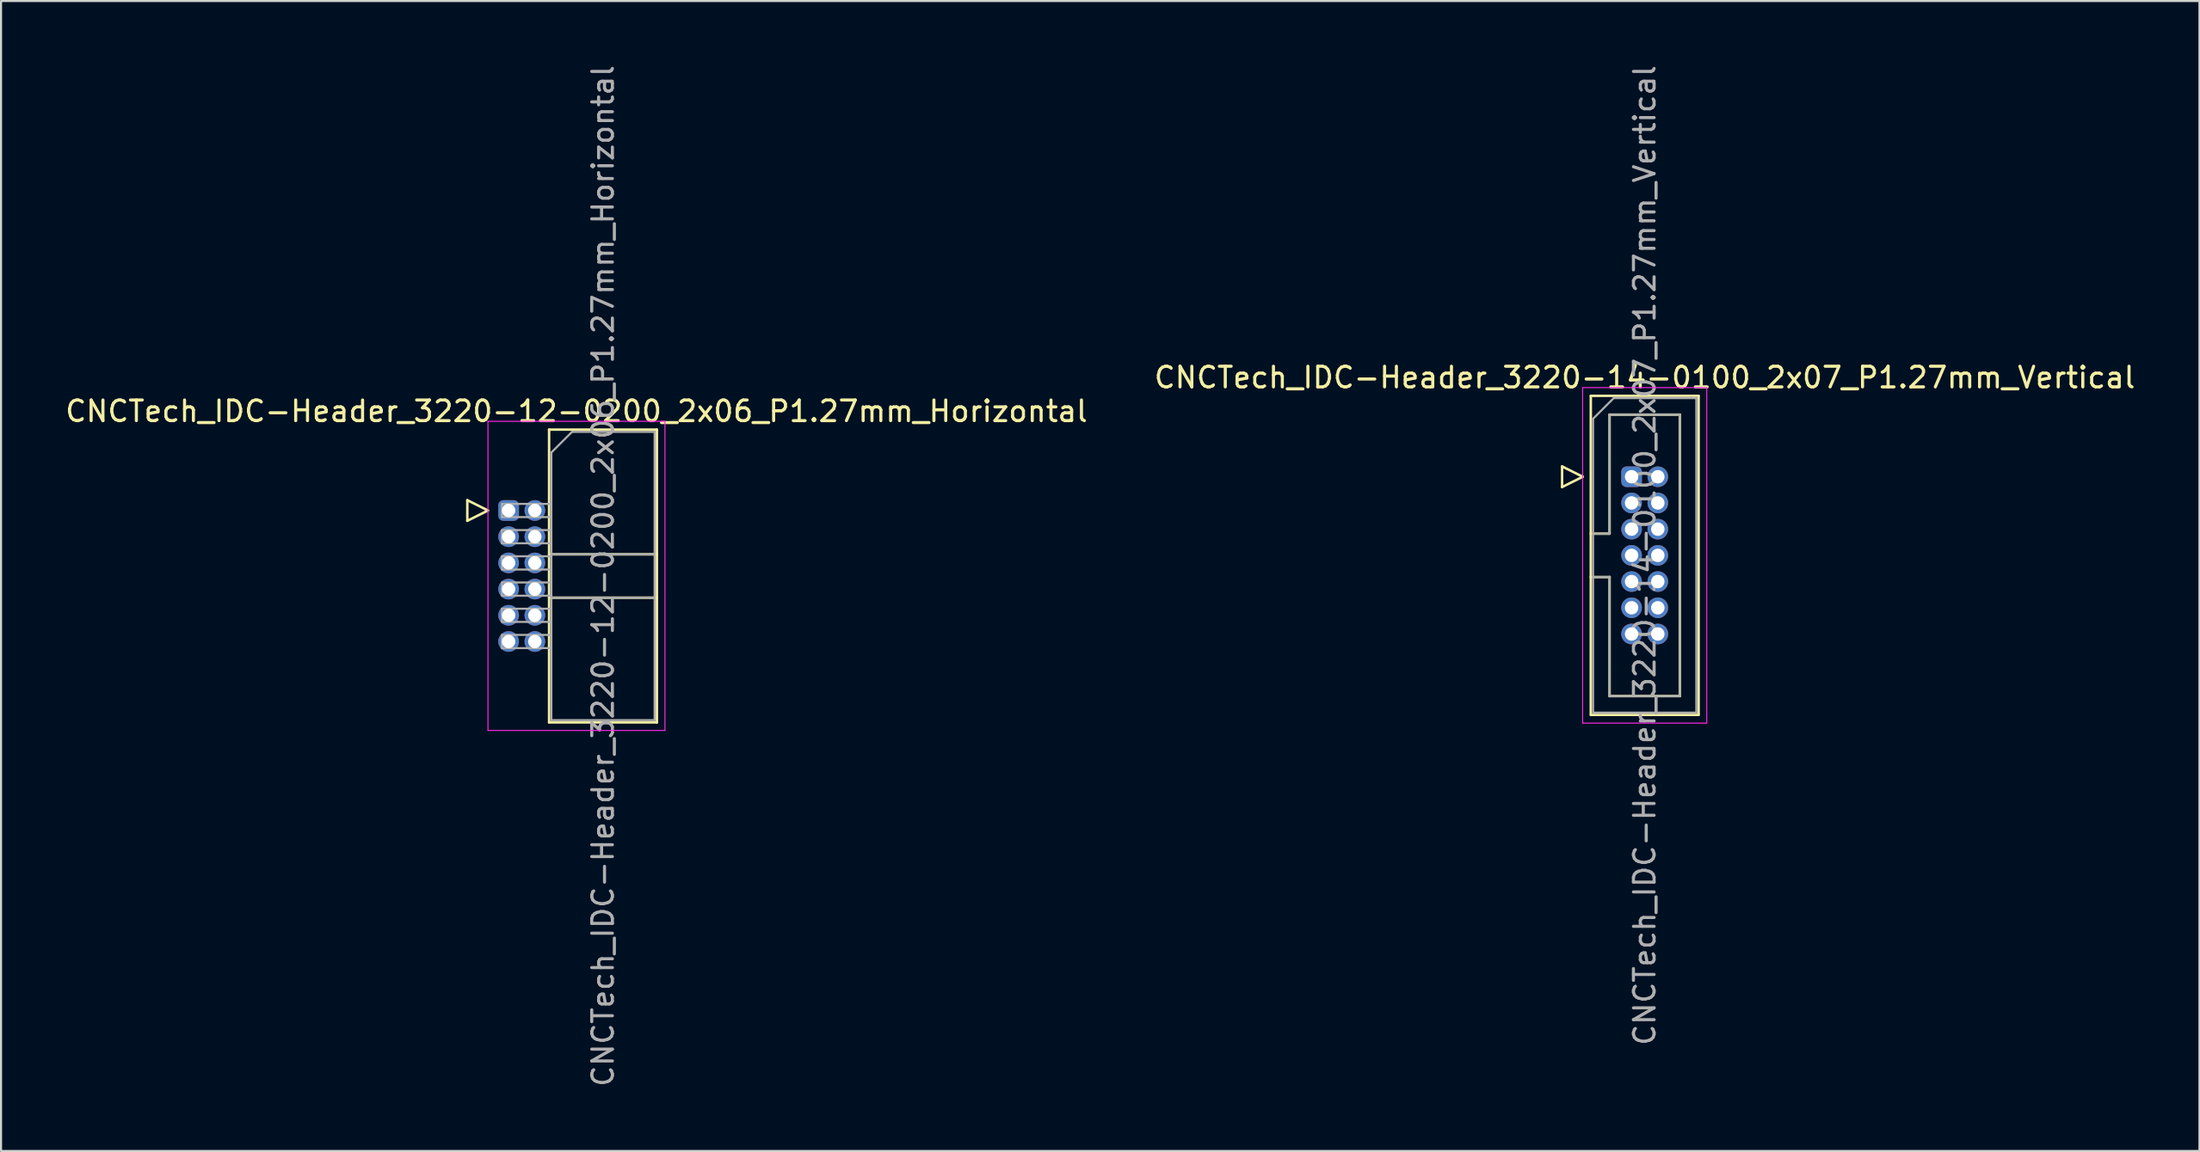
<source format=kicad_pcb>
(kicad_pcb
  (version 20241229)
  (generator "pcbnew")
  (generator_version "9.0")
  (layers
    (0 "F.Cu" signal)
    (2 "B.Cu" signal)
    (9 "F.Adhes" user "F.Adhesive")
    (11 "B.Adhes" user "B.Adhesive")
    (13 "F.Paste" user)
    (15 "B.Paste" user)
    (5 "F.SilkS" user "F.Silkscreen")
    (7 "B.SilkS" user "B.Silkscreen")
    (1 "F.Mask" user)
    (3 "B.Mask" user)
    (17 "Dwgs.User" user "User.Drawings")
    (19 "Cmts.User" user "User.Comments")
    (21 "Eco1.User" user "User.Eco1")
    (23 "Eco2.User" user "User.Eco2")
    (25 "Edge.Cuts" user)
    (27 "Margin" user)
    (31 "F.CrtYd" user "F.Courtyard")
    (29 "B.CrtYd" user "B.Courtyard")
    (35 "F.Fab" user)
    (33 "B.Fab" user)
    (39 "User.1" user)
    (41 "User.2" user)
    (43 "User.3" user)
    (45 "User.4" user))
  (footprint "CNCTech_IDC-Header_3220-12-0200_2x06_P1.27mm_Horizontal"
    (layer "F.Cu")
    (at 21.578 21.688)
    (property "Reference" "CNCTech_IDC-Header_3220-12-0200_2x06_P1.27mm_Horizontal" (at 3.285 -4.81 0) (layer "F.SilkS") (effects (font (size 1 1) (thickness 0.15))))
    (attr through_hole)
    (fp_line (start -2 -0.5) (end -2 0.5) (stroke (width 0.12) (type solid)) (layer "F.SilkS"))
    (fp_line (start -2 0.5) (end -1 0) (stroke (width 0.12) (type solid)) (layer "F.SilkS"))
    (fp_line (start -1 0) (end -2 -0.5) (stroke (width 0.12) (type solid)) (layer "F.SilkS"))
    (fp_line (start 1.96 -3.92) (end 7.18 -3.92) (stroke (width 0.12) (type solid)) (layer "F.SilkS"))
    (fp_line (start 1.96 2.125) (end 7.18 2.125) (stroke (width 0.12) (type solid)) (layer "F.SilkS"))
    (fp_line (start 1.96 4.225) (end 7.18 4.225) (stroke (width 0.12) (type solid)) (layer "F.SilkS"))
    (fp_line (start 1.96 10.27) (end 1.96 -3.92) (stroke (width 0.12) (type solid)) (layer "F.SilkS"))
    (fp_line (start 7.18 -3.92) (end 7.18 10.27) (stroke (width 0.12) (type solid)) (layer "F.SilkS"))
    (fp_line (start 7.18 10.27) (end 1.96 10.27) (stroke (width 0.12) (type solid)) (layer "F.SilkS"))
    (fp_line (start -1 -4.32) (end -1 10.66) (stroke (width 0.05) (type solid)) (layer "F.CrtYd"))
    (fp_line (start -1 10.66) (end 7.57 10.66) (stroke (width 0.05) (type solid)) (layer "F.CrtYd"))
    (fp_line (start 7.57 -4.32) (end -1 -4.32) (stroke (width 0.05) (type solid)) (layer "F.CrtYd"))
    (fp_line (start 7.57 10.66) (end 7.57 -4.32) (stroke (width 0.05) (type solid)) (layer "F.CrtYd"))
    (fp_line (start -0.32 -0.32) (end -0.32 0.32) (stroke (width 0.1) (type solid)) (layer "F.Fab"))
    (fp_line (start -0.32 0.32) (end 2.07 0.32) (stroke (width 0.1) (type solid)) (layer "F.Fab"))
    (fp_line (start -0.32 0.95) (end -0.32 1.59) (stroke (width 0.1) (type solid)) (layer "F.Fab"))
    (fp_line (start -0.32 1.59) (end 2.07 1.59) (stroke (width 0.1) (type solid)) (layer "F.Fab"))
    (fp_line (start -0.32 2.22) (end -0.32 2.86) (stroke (width 0.1) (type solid)) (layer "F.Fab"))
    (fp_line (start -0.32 2.86) (end 2.07 2.86) (stroke (width 0.1) (type solid)) (layer "F.Fab"))
    (fp_line (start -0.32 3.49) (end -0.32 4.13) (stroke (width 0.1) (type solid)) (layer "F.Fab"))
    (fp_line (start -0.32 4.13) (end 2.07 4.13) (stroke (width 0.1) (type solid)) (layer "F.Fab"))
    (fp_line (start -0.32 4.76) (end -0.32 5.4) (stroke (width 0.1) (type solid)) (layer "F.Fab"))
    (fp_line (start -0.32 5.4) (end 2.07 5.4) (stroke (width 0.1) (type solid)) (layer "F.Fab"))
    (fp_line (start -0.32 6.03) (end -0.32 6.67) (stroke (width 0.1) (type solid)) (layer "F.Fab"))
    (fp_line (start -0.32 6.67) (end 2.07 6.67) (stroke (width 0.1) (type solid)) (layer "F.Fab"))
    (fp_line (start 2.07 -2.81) (end 3.07 -3.81) (stroke (width 0.1) (type solid)) (layer "F.Fab"))
    (fp_line (start 2.07 -0.32) (end -0.32 -0.32) (stroke (width 0.1) (type solid)) (layer "F.Fab"))
    (fp_line (start 2.07 0.95) (end -0.32 0.95) (stroke (width 0.1) (type solid)) (layer "F.Fab"))
    (fp_line (start 2.07 2.125) (end 7.07 2.125) (stroke (width 0.1) (type solid)) (layer "F.Fab"))
    (fp_line (start 2.07 2.22) (end -0.32 2.22) (stroke (width 0.1) (type solid)) (layer "F.Fab"))
    (fp_line (start 2.07 3.49) (end -0.32 3.49) (stroke (width 0.1) (type solid)) (layer "F.Fab"))
    (fp_line (start 2.07 4.225) (end 7.07 4.225) (stroke (width 0.1) (type solid)) (layer "F.Fab"))
    (fp_line (start 2.07 4.76) (end -0.32 4.76) (stroke (width 0.1) (type solid)) (layer "F.Fab"))
    (fp_line (start 2.07 6.03) (end -0.32 6.03) (stroke (width 0.1) (type solid)) (layer "F.Fab"))
    (fp_line (start 2.07 10.16) (end 2.07 -2.81) (stroke (width 0.1) (type solid)) (layer "F.Fab"))
    (fp_line (start 3.07 -3.81) (end 7.07 -3.81) (stroke (width 0.1) (type solid)) (layer "F.Fab"))
    (fp_line (start 7.07 -3.81) (end 7.07 10.16) (stroke (width 0.1) (type solid)) (layer "F.Fab"))
    (fp_line (start 7.07 10.16) (end 2.07 10.16) (stroke (width 0.1) (type solid)) (layer "F.Fab"))
    (fp_text user "${REFERENCE}" (at 4.57 3.175 90) (layer "F.Fab") (effects (font (size 1 1) (thickness 0.15))))
    (pad "1" thru_hole roundrect (at 0 0) (size 1 1) (drill 0.65) (layers "*.Cu" "*.Mask") (roundrect_rratio 0.25))
    (pad "2" thru_hole circle (at 1.27 0) (size 1 1) (drill 0.65) (layers "*.Cu" "*.Mask"))
    (pad "3" thru_hole circle (at 0 1.27) (size 1 1) (drill 0.65) (layers "*.Cu" "*.Mask"))
    (pad "4" thru_hole circle (at 1.27 1.27) (size 1 1) (drill 0.65) (layers "*.Cu" "*.Mask"))
    (pad "5" thru_hole circle (at 0 2.54) (size 1 1) (drill 0.65) (layers "*.Cu" "*.Mask"))
    (pad "6" thru_hole circle (at 1.27 2.54) (size 1 1) (drill 0.65) (layers "*.Cu" "*.Mask"))
    (pad "7" thru_hole circle (at 0 3.81) (size 1 1) (drill 0.65) (layers "*.Cu" "*.Mask"))
    (pad "8" thru_hole circle (at 1.27 3.81) (size 1 1) (drill 0.65) (layers "*.Cu" "*.Mask"))
    (pad "9" thru_hole circle (at 0 5.08) (size 1 1) (drill 0.65) (layers "*.Cu" "*.Mask"))
    (pad "10" thru_hole circle (at 1.27 5.08) (size 1 1) (drill 0.65) (layers "*.Cu" "*.Mask"))
    (pad "11" thru_hole circle (at 0 6.35) (size 1 1) (drill 0.65) (layers "*.Cu" "*.Mask"))
    (pad "12" thru_hole circle (at 1.27 6.35) (size 1 1) (drill 0.65) (layers "*.Cu" "*.Mask")))
  (footprint "CNCTech_IDC-Header_3220-14-0100_2x07_P1.27mm_Vertical"
    (layer "F.Cu")
    (at 75.954 20.053)
    (property "Reference" "CNCTech_IDC-Header_3220-14-0100_2x07_P1.27mm_Vertical" (at 0.635 -4.81 0) (layer "F.SilkS") (effects (font (size 1 1) (thickness 0.15))))
    (attr through_hole)
    (fp_line (start -3.365 -0.5) (end -3.365 0.5) (stroke (width 0.12) (type solid)) (layer "F.SilkS"))
    (fp_line (start -3.365 0.5) (end -2.365 0) (stroke (width 0.12) (type solid)) (layer "F.SilkS"))
    (fp_line (start -2.365 0) (end -3.365 -0.5) (stroke (width 0.12) (type solid)) (layer "F.SilkS"))
    (fp_line (start -1.975 -3.92) (end 3.245 -3.92) (stroke (width 0.12) (type solid)) (layer "F.SilkS"))
    (fp_line (start -1.975 2.76) (end -1.065 2.76) (stroke (width 0.12) (type solid)) (layer "F.SilkS"))
    (fp_line (start -1.975 11.54) (end -1.975 -3.92) (stroke (width 0.12) (type solid)) (layer "F.SilkS"))
    (fp_line (start -1.065 -3.01) (end 2.335 -3.01) (stroke (width 0.12) (type solid)) (layer "F.SilkS"))
    (fp_line (start -1.065 2.76) (end -1.065 -3.01) (stroke (width 0.12) (type solid)) (layer "F.SilkS"))
    (fp_line (start -1.065 4.86) (end -1.975 4.86) (stroke (width 0.12) (type solid)) (layer "F.SilkS"))
    (fp_line (start -1.065 4.86) (end -1.065 4.86) (stroke (width 0.12) (type solid)) (layer "F.SilkS"))
    (fp_line (start -1.065 10.63) (end -1.065 4.86) (stroke (width 0.12) (type solid)) (layer "F.SilkS"))
    (fp_line (start 2.335 -3.01) (end 2.335 10.63) (stroke (width 0.12) (type solid)) (layer "F.SilkS"))
    (fp_line (start 2.335 10.63) (end -1.065 10.63) (stroke (width 0.12) (type solid)) (layer "F.SilkS"))
    (fp_line (start 3.245 -3.92) (end 3.245 11.54) (stroke (width 0.12) (type solid)) (layer "F.SilkS"))
    (fp_line (start 3.245 11.54) (end -1.975 11.54) (stroke (width 0.12) (type solid)) (layer "F.SilkS"))
    (fp_line (start -2.37 -4.32) (end -2.37 11.94) (stroke (width 0.05) (type solid)) (layer "F.CrtYd"))
    (fp_line (start -2.37 11.94) (end 3.64 11.94) (stroke (width 0.05) (type solid)) (layer "F.CrtYd"))
    (fp_line (start 3.64 -4.32) (end -2.37 -4.32) (stroke (width 0.05) (type solid)) (layer "F.CrtYd"))
    (fp_line (start 3.64 11.94) (end 3.64 -4.32) (stroke (width 0.05) (type solid)) (layer "F.CrtYd"))
    (fp_line (start -1.865 -2.81) (end -0.865 -3.81) (stroke (width 0.1) (type solid)) (layer "F.Fab"))
    (fp_line (start -1.865 2.76) (end -1.065 2.76) (stroke (width 0.1) (type solid)) (layer "F.Fab"))
    (fp_line (start -1.865 11.43) (end -1.865 -2.81) (stroke (width 0.1) (type solid)) (layer "F.Fab"))
    (fp_line (start -1.065 -3.01) (end 2.335 -3.01) (stroke (width 0.1) (type solid)) (layer "F.Fab"))
    (fp_line (start -1.065 2.76) (end -1.065 -3.01) (stroke (width 0.1) (type solid)) (layer "F.Fab"))
    (fp_line (start -1.065 4.86) (end -1.865 4.86) (stroke (width 0.1) (type solid)) (layer "F.Fab"))
    (fp_line (start -1.065 4.86) (end -1.065 4.86) (stroke (width 0.1) (type solid)) (layer "F.Fab"))
    (fp_line (start -1.065 10.63) (end -1.065 4.86) (stroke (width 0.1) (type solid)) (layer "F.Fab"))
    (fp_line (start -0.865 -3.81) (end 3.135 -3.81) (stroke (width 0.1) (type solid)) (layer "F.Fab"))
    (fp_line (start 2.335 -3.01) (end 2.335 10.63) (stroke (width 0.1) (type solid)) (layer "F.Fab"))
    (fp_line (start 2.335 10.63) (end -1.065 10.63) (stroke (width 0.1) (type solid)) (layer "F.Fab"))
    (fp_line (start 3.135 -3.81) (end 3.135 11.43) (stroke (width 0.1) (type solid)) (layer "F.Fab"))
    (fp_line (start 3.135 11.43) (end -1.865 11.43) (stroke (width 0.1) (type solid)) (layer "F.Fab"))
    (fp_text user "${REFERENCE}" (at 0.635 3.81 90) (layer "F.Fab") (effects (font (size 1 1) (thickness 0.15))))
    (pad "1" thru_hole roundrect (at 0 0) (size 1 1) (drill 0.65) (layers "*.Cu" "*.Mask") (roundrect_rratio 0.25))
    (pad "2" thru_hole circle (at 1.27 0) (size 1 1) (drill 0.65) (layers "*.Cu" "*.Mask"))
    (pad "3" thru_hole circle (at 0 1.27) (size 1 1) (drill 0.65) (layers "*.Cu" "*.Mask"))
    (pad "4" thru_hole circle (at 1.27 1.27) (size 1 1) (drill 0.65) (layers "*.Cu" "*.Mask"))
    (pad "5" thru_hole circle (at 0 2.54) (size 1 1) (drill 0.65) (layers "*.Cu" "*.Mask"))
    (pad "6" thru_hole circle (at 1.27 2.54) (size 1 1) (drill 0.65) (layers "*.Cu" "*.Mask"))
    (pad "7" thru_hole circle (at 0 3.81) (size 1 1) (drill 0.65) (layers "*.Cu" "*.Mask"))
    (pad "8" thru_hole circle (at 1.27 3.81) (size 1 1) (drill 0.65) (layers "*.Cu" "*.Mask"))
    (pad "9" thru_hole circle (at 0 5.08) (size 1 1) (drill 0.65) (layers "*.Cu" "*.Mask"))
    (pad "10" thru_hole circle (at 1.27 5.08) (size 1 1) (drill 0.65) (layers "*.Cu" "*.Mask"))
    (pad "11" thru_hole circle (at 0 6.35) (size 1 1) (drill 0.65) (layers "*.Cu" "*.Mask"))
    (pad "12" thru_hole circle (at 1.27 6.35) (size 1 1) (drill 0.65) (layers "*.Cu" "*.Mask"))
    (pad "13" thru_hole circle (at 0 7.62) (size 1 1) (drill 0.65) (layers "*.Cu" "*.Mask"))
    (pad "14" thru_hole circle (at 1.27 7.62) (size 1 1) (drill 0.65) (layers "*.Cu" "*.Mask")))
  (gr_rect
    (start -3 -3)
    (end 103.452 52.726)
    (stroke (width 0.1) (type default))
    (fill no)
    (layer "Edge.Cuts")))
</source>
